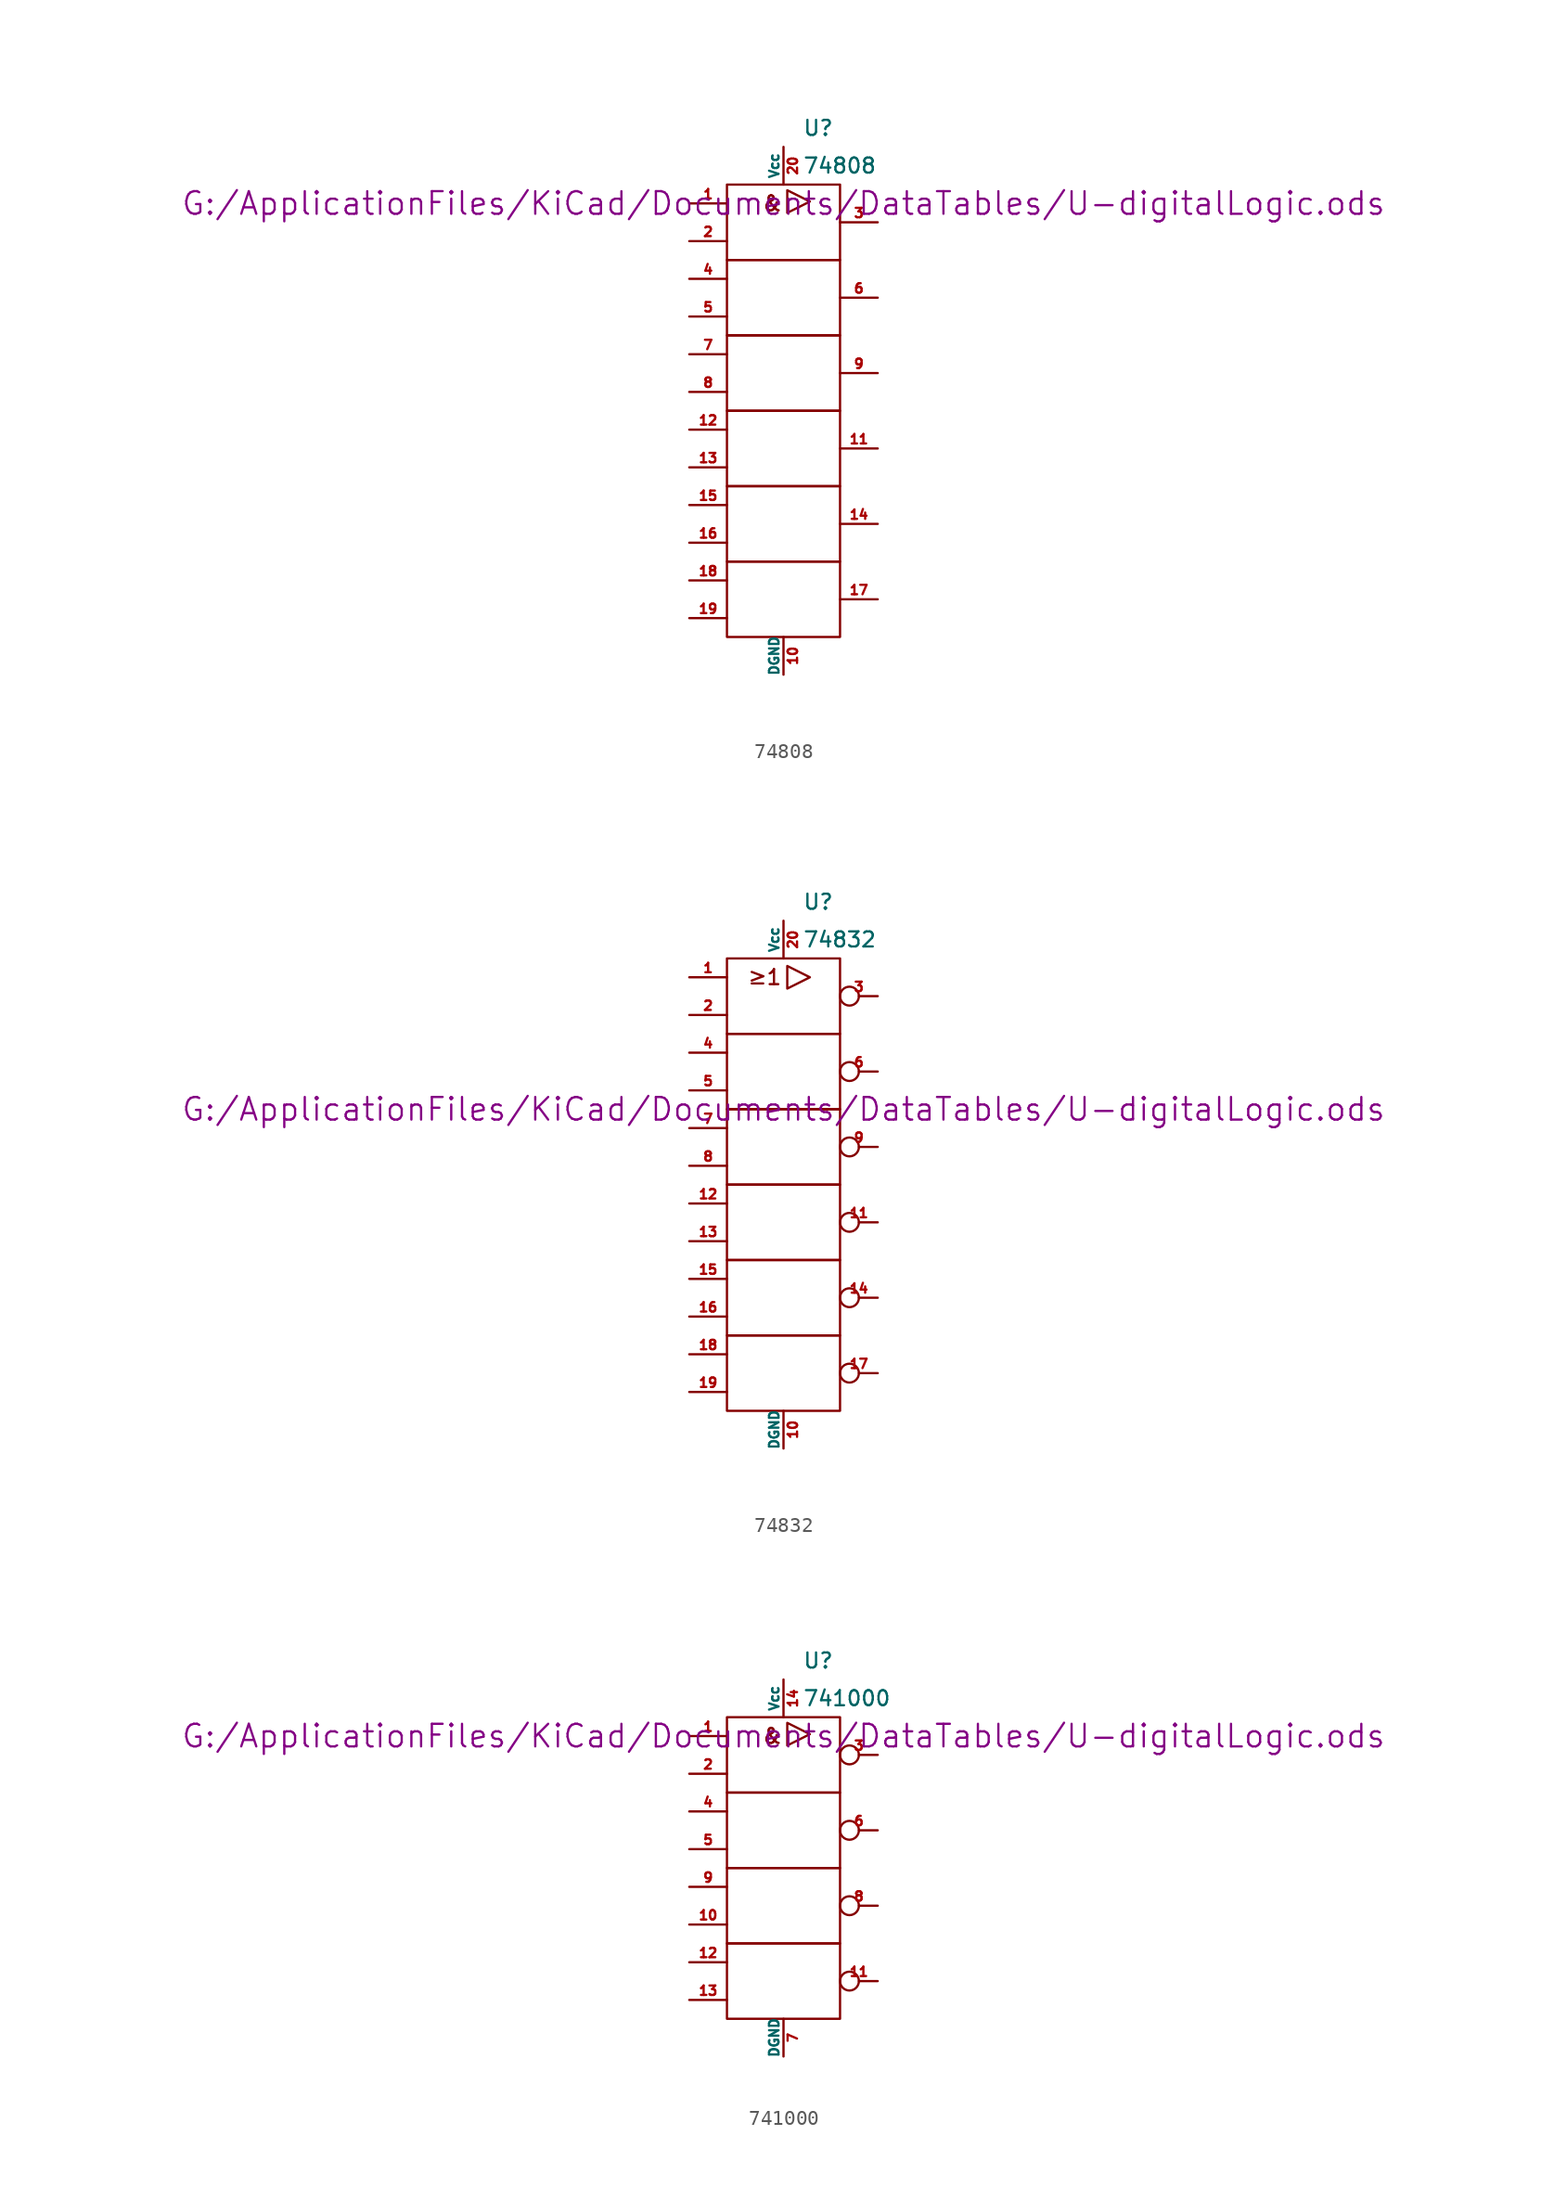
<source format=kicad_sym>
(kicad_symbol_lib
  (version 20211014)
  (generator kicad_symbol_editor)
  (symbol "74808"
    (pin_names
      (offset 0))
    (property "Reference" "U"
      (at 1.27 19.05 0)
      (effects (font (size 1.016 1.016)) (justify left)))
    (property "Value" "74808"
      (at 1.27 16.51 0)
      (effects (font (size 1.016 1.016)) (justify left)))
    (property "Footprint" ""
      (at 0 13.97 0)
      (effects (font (size 1.524 1.524))))
    (property "Datasheet" "G:/ApplicationFiles/KiCad/Documents/DataTables/U-digitalLogic.ods"
      (at 0 13.97 0)
      (effects (font (size 1.524 1.524))))
    (symbol "74808_0_0"
      (text "&" (at -0.762 13.97 0) (effects (font (size 1.016 1.016)))))
    (symbol "74808_0_1"
      (rectangle (start -3.81 -10.16) (end 3.81 -15.24) (stroke (width 0) (type default) (color 0 0 0 0)) (fill (type none)))
      (rectangle (start -3.81 -5.08) (end 3.81 -10.16) (stroke (width 0) (type default) (color 0 0 0 0)) (fill (type none)))
      (rectangle (start -3.81 0) (end 3.81 -5.08) (stroke (width 0) (type default) (color 0 0 0 0)) (fill (type none)))
      (rectangle (start -3.81 5.08) (end 3.81 0) (stroke (width 0) (type default) (color 0 0 0 0)) (fill (type none)))
      (rectangle (start -3.81 10.16) (end 3.81 5.08) (stroke (width 0) (type default) (color 0 0 0 0)) (fill (type none)))
      (rectangle (start -3.81 15.24) (end 3.81 10.16) (stroke (width 0) (type default) (color 0 0 0 0)) (fill (type none)))
      (polyline (pts (xy 0.254 14.859) (xy 0.254 13.335) (xy 1.778 14.097) (xy 0.254 14.859)) (stroke (width 0) (type default) (color 0 0 0 0)) (fill (type none))))
    (symbol "74808_1_1"
      (pin input line (at -6.35 13.97 0) (length 2.54) (name "~" (effects (font (size 0.635 0.635)))) (number "1" (effects (font (size 0.635 0.635)))))
      (pin power_in line (at 0 -17.78 90) (length 2.54) (name "DGND" (effects (font (size 0.635 0.635)))) (number "10" (effects (font (size 0.635 0.635)))))
      (pin output line (at 6.35 -2.54 180) (length 2.54) (name "~" (effects (font (size 0.635 0.635)))) (number "11" (effects (font (size 0.635 0.635)))))
      (pin input line (at -6.35 -1.27 0) (length 2.54) (name "~" (effects (font (size 0.635 0.635)))) (number "12" (effects (font (size 0.635 0.635)))))
      (pin input line (at -6.35 -3.81 0) (length 2.54) (name "~" (effects (font (size 0.635 0.635)))) (number "13" (effects (font (size 0.635 0.635)))))
      (pin output line (at 6.35 -7.62 180) (length 2.54) (name "~" (effects (font (size 0.635 0.635)))) (number "14" (effects (font (size 0.635 0.635)))))
      (pin input line (at -6.35 -6.35 0) (length 2.54) (name "~" (effects (font (size 0.635 0.635)))) (number "15" (effects (font (size 0.635 0.635)))))
      (pin input line (at -6.35 -8.89 0) (length 2.54) (name "~" (effects (font (size 0.635 0.635)))) (number "16" (effects (font (size 0.635 0.635)))))
      (pin output line (at 6.35 -12.7 180) (length 2.54) (name "~" (effects (font (size 0.635 0.635)))) (number "17" (effects (font (size 0.635 0.635)))))
      (pin input line (at -6.35 -11.43 0) (length 2.54) (name "~" (effects (font (size 0.635 0.635)))) (number "18" (effects (font (size 0.635 0.635)))))
      (pin input line (at -6.35 -13.97 0) (length 2.54) (name "~" (effects (font (size 0.635 0.635)))) (number "19" (effects (font (size 0.635 0.635)))))
      (pin input line (at -6.35 11.43 0) (length 2.54) (name "~" (effects (font (size 0.635 0.635)))) (number "2" (effects (font (size 0.635 0.635)))))
      (pin power_in line (at 0 17.78 270) (length 2.54) (name "Vcc" (effects (font (size 0.635 0.635)))) (number "20" (effects (font (size 0.635 0.635)))))
      (pin output line (at 6.35 12.7 180) (length 2.54) (name "~" (effects (font (size 0.635 0.635)))) (number "3" (effects (font (size 0.635 0.635)))))
      (pin input line (at -6.35 8.89 0) (length 2.54) (name "~" (effects (font (size 0.635 0.635)))) (number "4" (effects (font (size 0.635 0.635)))))
      (pin input line (at -6.35 6.35 0) (length 2.54) (name "~" (effects (font (size 0.635 0.635)))) (number "5" (effects (font (size 0.635 0.635)))))
      (pin output line (at 6.35 7.62 180) (length 2.54) (name "~" (effects (font (size 0.635 0.635)))) (number "6" (effects (font (size 0.635 0.635)))))
      (pin input line (at -6.35 3.81 0) (length 2.54) (name "~" (effects (font (size 0.635 0.635)))) (number "7" (effects (font (size 0.635 0.635)))))
      (pin input line (at -6.35 1.27 0) (length 2.54) (name "~" (effects (font (size 0.635 0.635)))) (number "8" (effects (font (size 0.635 0.635)))))
      (pin output line (at 6.35 2.54 180) (length 2.54) (name "~" (effects (font (size 0.635 0.635)))) (number "9" (effects (font (size 0.635 0.635)))))))
  (symbol "74832"
    (pin_names
      (offset 0))
    (property "Reference" "U"
      (at 1.27 19.05 0)
      (effects (font (size 1.016 1.016)) (justify left)))
    (property "Value" "74832"
      (at 1.27 16.51 0)
      (effects (font (size 1.016 1.016)) (justify left)))
    (property "Footprint" ""
      (at 0 5.08 0)
      (effects (font (size 1.524 1.524))))
    (property "Datasheet" "G:/ApplicationFiles/KiCad/Documents/DataTables/U-digitalLogic.ods"
      (at 0 5.08 0)
      (effects (font (size 1.524 1.524))))
    (symbol "74832_0_0"
      (polyline (pts (xy 0.254 14.732) (xy 0.254 13.208) (xy 1.778 13.97) (xy 0.254 14.732)) (stroke (width 0) (type default) (color 0 0 0 0)) (fill (type none)))
      (text "≥1" (at -1.27 13.97 0) (effects (font (size 1.016 1.016)))))
    (symbol "74832_0_1"
      (rectangle (start -3.81 -10.16) (end 3.81 -15.24) (stroke (width 0) (type default) (color 0 0 0 0)) (fill (type none)))
      (rectangle (start -3.81 -5.08) (end 3.81 -10.16) (stroke (width 0) (type default) (color 0 0 0 0)) (fill (type none)))
      (rectangle (start -3.81 0) (end 3.81 -5.08) (stroke (width 0) (type default) (color 0 0 0 0)) (fill (type none)))
      (rectangle (start -3.81 5.08) (end 3.81 0) (stroke (width 0) (type default) (color 0 0 0 0)) (fill (type none)))
      (rectangle (start -3.81 10.16) (end 3.81 5.08) (stroke (width 0) (type default) (color 0 0 0 0)) (fill (type none)))
      (rectangle (start -3.81 15.24) (end 3.81 10.16) (stroke (width 0) (type default) (color 0 0 0 0)) (fill (type none))))
    (symbol "74832_1_1"
      (pin input line (at -6.35 13.97 0) (length 2.54) (name "~" (effects (font (size 0.635 0.635)))) (number "1" (effects (font (size 0.635 0.635)))))
      (pin power_in line (at 0 -17.78 90) (length 2.54) (name "DGND" (effects (font (size 0.635 0.635)))) (number "10" (effects (font (size 0.635 0.635)))))
      (pin output inverted (at 6.35 -2.54 180) (length 2.54) (name "~" (effects (font (size 0.635 0.635)))) (number "11" (effects (font (size 0.635 0.635)))))
      (pin input line (at -6.35 -1.27 0) (length 2.54) (name "~" (effects (font (size 0.635 0.635)))) (number "12" (effects (font (size 0.635 0.635)))))
      (pin input line (at -6.35 -3.81 0) (length 2.54) (name "~" (effects (font (size 0.635 0.635)))) (number "13" (effects (font (size 0.635 0.635)))))
      (pin output inverted (at 6.35 -7.62 180) (length 2.54) (name "~" (effects (font (size 0.635 0.635)))) (number "14" (effects (font (size 0.635 0.635)))))
      (pin input line (at -6.35 -6.35 0) (length 2.54) (name "~" (effects (font (size 0.635 0.635)))) (number "15" (effects (font (size 0.635 0.635)))))
      (pin input line (at -6.35 -8.89 0) (length 2.54) (name "~" (effects (font (size 0.635 0.635)))) (number "16" (effects (font (size 0.635 0.635)))))
      (pin output inverted (at 6.35 -12.7 180) (length 2.54) (name "~" (effects (font (size 0.635 0.635)))) (number "17" (effects (font (size 0.635 0.635)))))
      (pin input line (at -6.35 -11.43 0) (length 2.54) (name "~" (effects (font (size 0.635 0.635)))) (number "18" (effects (font (size 0.635 0.635)))))
      (pin input line (at -6.35 -13.97 0) (length 2.54) (name "~" (effects (font (size 0.635 0.635)))) (number "19" (effects (font (size 0.635 0.635)))))
      (pin input line (at -6.35 11.43 0) (length 2.54) (name "~" (effects (font (size 0.635 0.635)))) (number "2" (effects (font (size 0.635 0.635)))))
      (pin power_in line (at 0 17.78 270) (length 2.54) (name "Vcc" (effects (font (size 0.635 0.635)))) (number "20" (effects (font (size 0.635 0.635)))))
      (pin output inverted (at 6.35 12.7 180) (length 2.54) (name "~" (effects (font (size 0.635 0.635)))) (number "3" (effects (font (size 0.635 0.635)))))
      (pin input line (at -6.35 8.89 0) (length 2.54) (name "~" (effects (font (size 0.635 0.635)))) (number "4" (effects (font (size 0.635 0.635)))))
      (pin input line (at -6.35 6.35 0) (length 2.54) (name "~" (effects (font (size 0.635 0.635)))) (number "5" (effects (font (size 0.635 0.635)))))
      (pin output inverted (at 6.35 7.62 180) (length 2.54) (name "~" (effects (font (size 0.635 0.635)))) (number "6" (effects (font (size 0.635 0.635)))))
      (pin input line (at -6.35 3.81 0) (length 2.54) (name "~" (effects (font (size 0.635 0.635)))) (number "7" (effects (font (size 0.635 0.635)))))
      (pin input line (at -6.35 1.27 0) (length 2.54) (name "~" (effects (font (size 0.635 0.635)))) (number "8" (effects (font (size 0.635 0.635)))))
      (pin output inverted (at 6.35 2.54 180) (length 2.54) (name "~" (effects (font (size 0.635 0.635)))) (number "9" (effects (font (size 0.635 0.635)))))))
  (symbol "741000"
    (pin_names
      (offset 0))
    (property "Reference" "U"
      (at 1.27 13.97 0)
      (effects (font (size 1.016 1.016)) (justify left)))
    (property "Value" "741000"
      (at 1.27 11.43 0)
      (effects (font (size 1.016 1.016)) (justify left)))
    (property "Footprint" ""
      (at 0 8.89 0)
      (effects (font (size 1.524 1.524))))
    (property "Datasheet" "G:/ApplicationFiles/KiCad/Documents/DataTables/U-digitalLogic.ods"
      (at 0 8.89 0)
      (effects (font (size 1.524 1.524))))
    (symbol "741000_0_0"
      (text "&" (at -0.762 8.89 0) (effects (font (size 1.016 1.016)))))
    (symbol "741000_0_1"
      (rectangle (start -3.81 -5.08) (end 3.81 -10.16) (stroke (width 0) (type default) (color 0 0 0 0)) (fill (type none)))
      (rectangle (start -3.81 0) (end 3.81 -5.08) (stroke (width 0) (type default) (color 0 0 0 0)) (fill (type none)))
      (rectangle (start -3.81 5.08) (end 3.81 0) (stroke (width 0) (type default) (color 0 0 0 0)) (fill (type none)))
      (rectangle (start -3.81 10.16) (end 3.81 5.08) (stroke (width 0) (type default) (color 0 0 0 0)) (fill (type none)))
      (polyline (pts (xy 0.254 9.779) (xy 0.254 8.255) (xy 1.778 9.017) (xy 0.254 9.779)) (stroke (width 0) (type default) (color 0 0 0 0)) (fill (type none))))
    (symbol "741000_1_1"
      (pin input line (at -6.35 8.89 0) (length 2.54) (name "~" (effects (font (size 0.635 0.635)))) (number "1" (effects (font (size 0.635 0.635)))))
      (pin input line (at -6.35 -3.81 0) (length 2.54) (name "~" (effects (font (size 0.635 0.635)))) (number "10" (effects (font (size 0.635 0.635)))))
      (pin output inverted (at 6.35 -7.62 180) (length 2.54) (name "~" (effects (font (size 0.635 0.635)))) (number "11" (effects (font (size 0.635 0.635)))))
      (pin input line (at -6.35 -6.35 0) (length 2.54) (name "~" (effects (font (size 0.635 0.635)))) (number "12" (effects (font (size 0.635 0.635)))))
      (pin input line (at -6.35 -8.89 0) (length 2.54) (name "~" (effects (font (size 0.635 0.635)))) (number "13" (effects (font (size 0.635 0.635)))))
      (pin power_in line (at 0 12.7 270) (length 2.54) (name "Vcc" (effects (font (size 0.635 0.635)))) (number "14" (effects (font (size 0.635 0.635)))))
      (pin input line (at -6.35 6.35 0) (length 2.54) (name "~" (effects (font (size 0.635 0.635)))) (number "2" (effects (font (size 0.635 0.635)))))
      (pin output inverted (at 6.35 7.62 180) (length 2.54) (name "~" (effects (font (size 0.635 0.635)))) (number "3" (effects (font (size 0.635 0.635)))))
      (pin input line (at -6.35 3.81 0) (length 2.54) (name "~" (effects (font (size 0.635 0.635)))) (number "4" (effects (font (size 0.635 0.635)))))
      (pin input line (at -6.35 1.27 0) (length 2.54) (name "~" (effects (font (size 0.635 0.635)))) (number "5" (effects (font (size 0.635 0.635)))))
      (pin output inverted (at 6.35 2.54 180) (length 2.54) (name "~" (effects (font (size 0.635 0.635)))) (number "6" (effects (font (size 0.635 0.635)))))
      (pin power_in line (at 0 -12.7 90) (length 2.54) (name "DGND" (effects (font (size 0.635 0.635)))) (number "7" (effects (font (size 0.635 0.635)))))
      (pin output inverted (at 6.35 -2.54 180) (length 2.54) (name "~" (effects (font (size 0.635 0.635)))) (number "8" (effects (font (size 0.635 0.635)))))
      (pin input line (at -6.35 -1.27 0) (length 2.54) (name "~" (effects (font (size 0.635 0.635)))) (number "9" (effects (font (size 0.635 0.635))))))))
</source>
